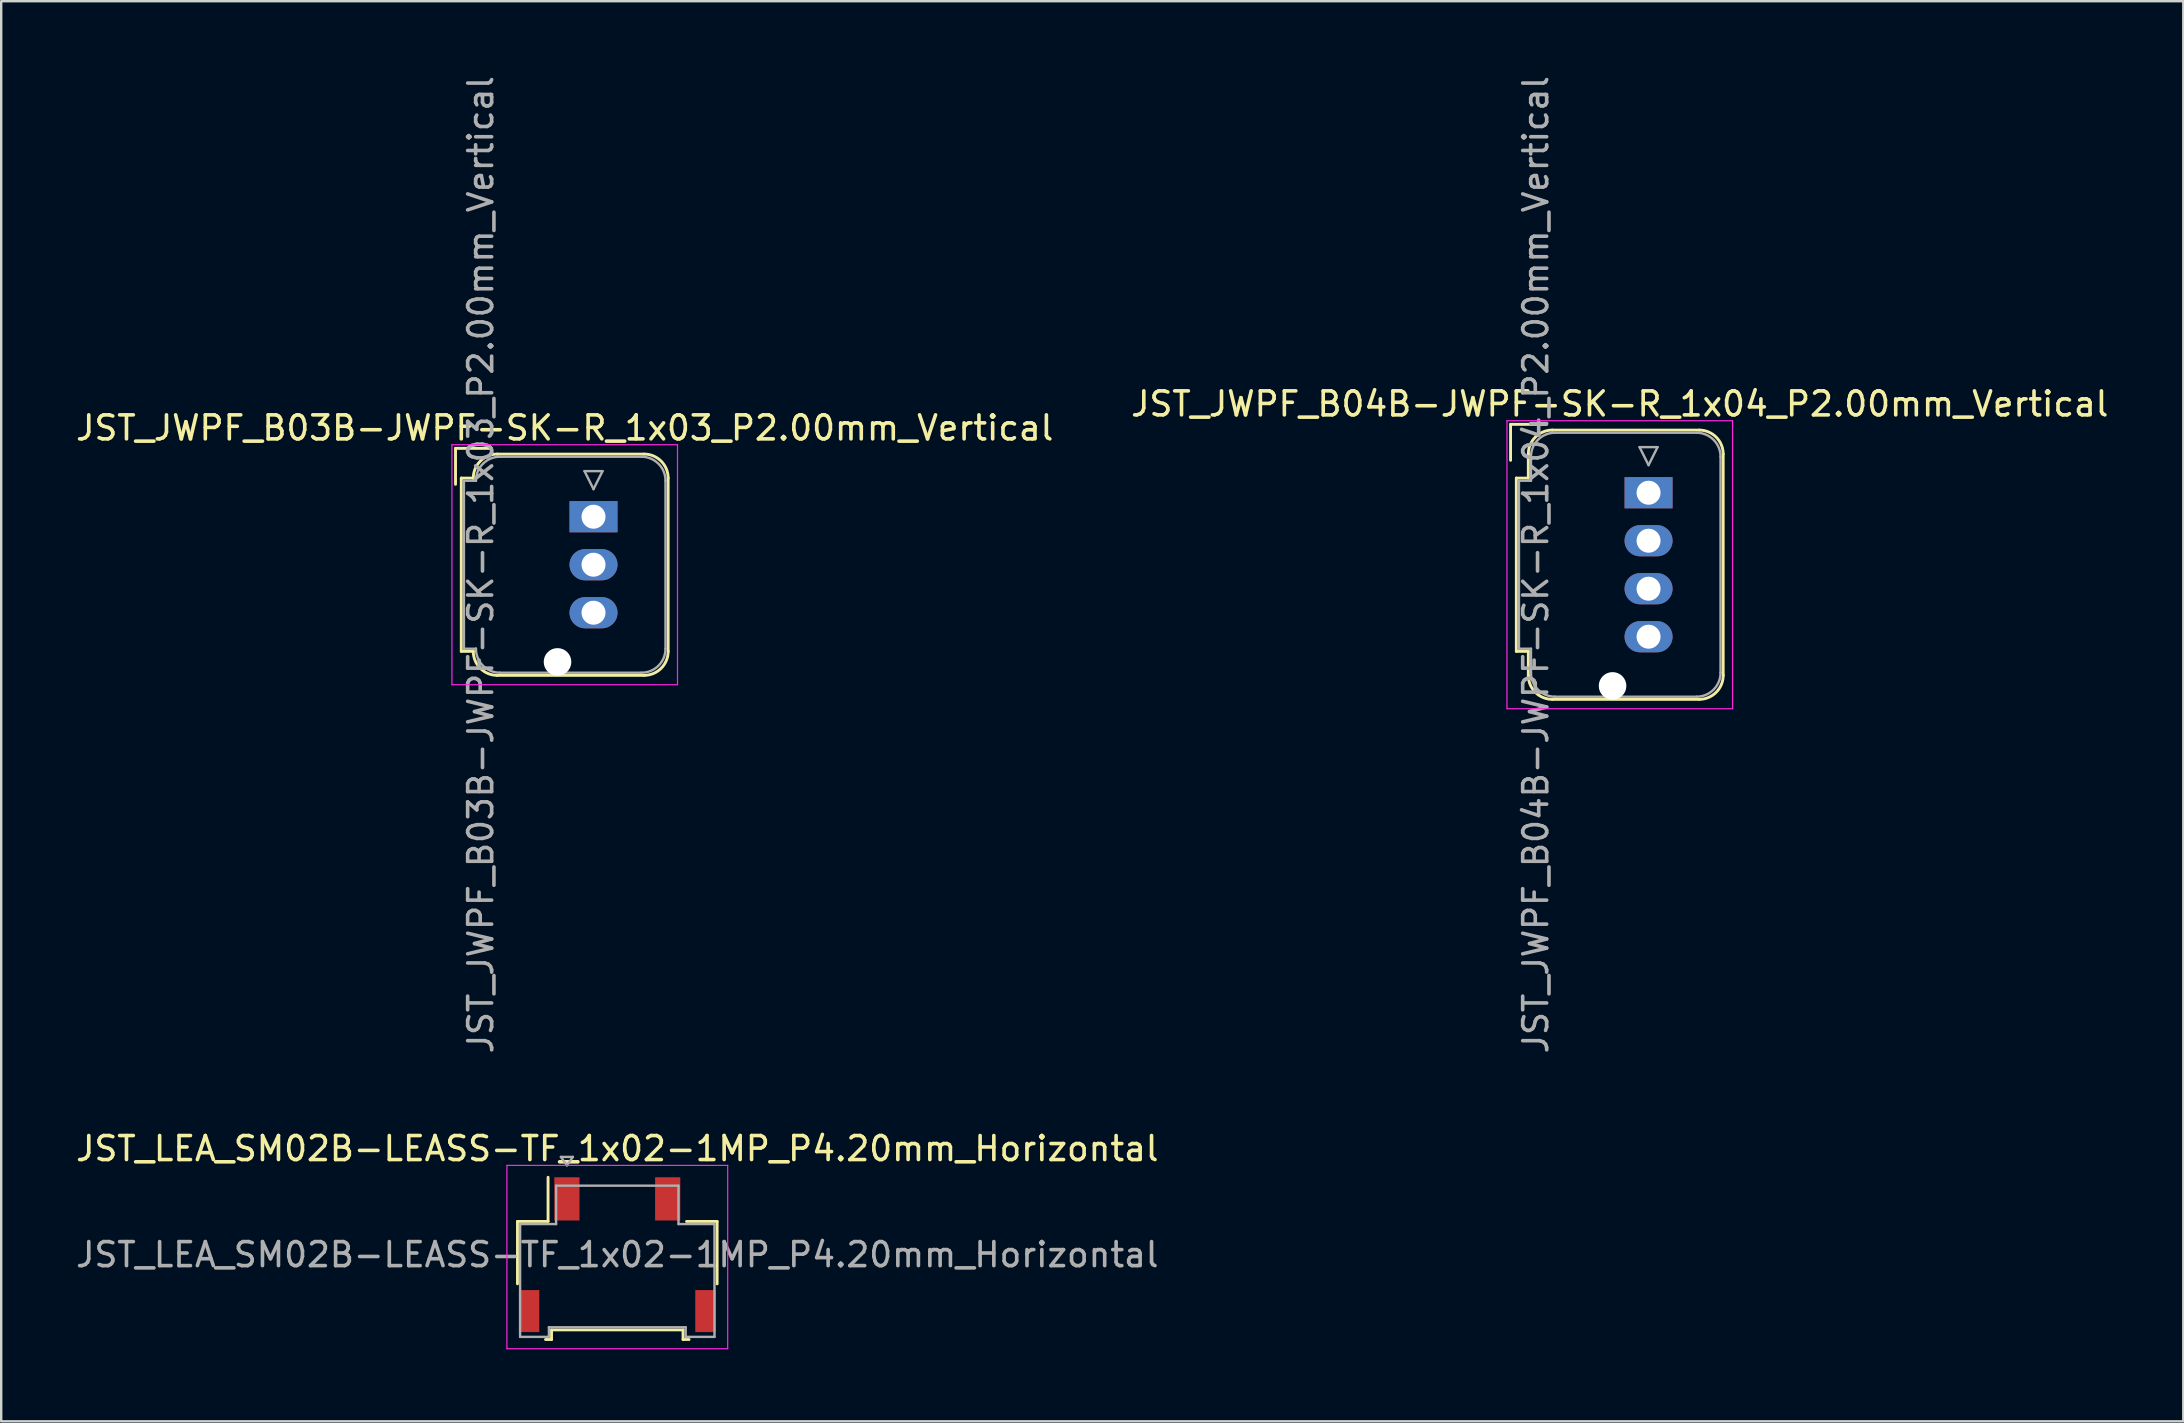
<source format=kicad_pcb>
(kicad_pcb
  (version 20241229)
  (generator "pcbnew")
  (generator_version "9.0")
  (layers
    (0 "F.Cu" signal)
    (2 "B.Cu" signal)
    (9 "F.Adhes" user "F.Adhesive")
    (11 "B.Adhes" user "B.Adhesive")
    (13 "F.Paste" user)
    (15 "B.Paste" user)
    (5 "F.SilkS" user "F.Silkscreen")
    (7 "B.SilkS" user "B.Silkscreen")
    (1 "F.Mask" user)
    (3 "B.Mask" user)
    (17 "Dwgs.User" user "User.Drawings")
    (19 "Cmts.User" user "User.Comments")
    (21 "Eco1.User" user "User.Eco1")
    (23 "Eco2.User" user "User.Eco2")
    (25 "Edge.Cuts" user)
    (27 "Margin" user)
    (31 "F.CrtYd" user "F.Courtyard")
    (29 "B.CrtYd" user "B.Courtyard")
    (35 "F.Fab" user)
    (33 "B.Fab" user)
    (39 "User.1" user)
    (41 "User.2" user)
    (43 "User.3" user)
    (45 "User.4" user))
  (footprint "JST_LEA_SM02B-LEASS-TF_1x02-1MP_P4.20mm_Horizontal"
    (layer "F.Cu")
    (at 22.673 49.233)
    (property "Reference" "JST_LEA_SM02B-LEASS-TF_1x02-1MP_P4.20mm_Horizontal" (at 0 -4.42 0) (layer "F.SilkS") (effects (font (size 1 1) (thickness 0.15))))
    (attr smd)
    (fp_line (start -4.16 -1.385) (end -2.885 -1.385) (stroke (width 0.12) (type solid)) (layer "F.SilkS"))
    (fp_line (start -4.16 1.215) (end -4.16 -1.385) (stroke (width 0.12) (type solid)) (layer "F.SilkS"))
    (fp_line (start -2.99 3.535) (end -2.74 3.535) (stroke (width 0.12) (type solid)) (layer "F.SilkS"))
    (fp_line (start -2.885 -1.385) (end -2.885 -3.225) (stroke (width 0.12) (type solid)) (layer "F.SilkS"))
    (fp_line (start -2.74 3.135) (end 2.74 3.135) (stroke (width 0.12) (type solid)) (layer "F.SilkS"))
    (fp_line (start -2.74 3.535) (end -2.74 3.135) (stroke (width 0.12) (type solid)) (layer "F.SilkS"))
    (fp_line (start 2.74 3.135) (end 2.74 3.535) (stroke (width 0.12) (type solid)) (layer "F.SilkS"))
    (fp_line (start 2.74 3.535) (end 2.99 3.535) (stroke (width 0.12) (type solid)) (layer "F.SilkS"))
    (fp_line (start 4.16 -1.385) (end 2.885 -1.385) (stroke (width 0.12) (type solid)) (layer "F.SilkS"))
    (fp_line (start 4.16 1.215) (end 4.16 -1.385) (stroke (width 0.12) (type solid)) (layer "F.SilkS"))
    (fp_line (start -4.6 -3.72) (end -4.6 3.92) (stroke (width 0.05) (type solid)) (layer "F.CrtYd"))
    (fp_line (start -4.6 3.92) (end 4.6 3.92) (stroke (width 0.05) (type solid)) (layer "F.CrtYd"))
    (fp_line (start 4.6 -3.72) (end -4.6 -3.72) (stroke (width 0.05) (type solid)) (layer "F.CrtYd"))
    (fp_line (start 4.6 3.92) (end 4.6 -3.72) (stroke (width 0.05) (type solid)) (layer "F.CrtYd"))
    (fp_line (start -4.05 -1.275) (end -4.05 3.425) (stroke (width 0.1) (type solid)) (layer "F.Fab"))
    (fp_line (start -4.05 -1.275) (end -2.55 -1.275) (stroke (width 0.1) (type solid)) (layer "F.Fab"))
    (fp_line (start -4.05 3.425) (end -2.85 3.425) (stroke (width 0.1) (type solid)) (layer "F.Fab"))
    (fp_line (start -2.85 3.025) (end 2.85 3.025) (stroke (width 0.1) (type solid)) (layer "F.Fab"))
    (fp_line (start -2.85 3.425) (end -2.85 3.025) (stroke (width 0.1) (type solid)) (layer "F.Fab"))
    (fp_line (start -2.55 -2.875) (end 2.55 -2.875) (stroke (width 0.1) (type solid)) (layer "F.Fab"))
    (fp_line (start -2.55 -1.275) (end -2.55 -2.875) (stroke (width 0.1) (type solid)) (layer "F.Fab"))
    (fp_line (start -2.35 -4.074) (end -2.1 -3.72) (stroke (width 0.1) (type solid)) (layer "F.Fab"))
    (fp_line (start -2.1 -3.72) (end -1.85 -4.074) (stroke (width 0.1) (type solid)) (layer "F.Fab"))
    (fp_line (start -1.85 -4.074) (end -2.35 -4.074) (stroke (width 0.1) (type solid)) (layer "F.Fab"))
    (fp_line (start 2.55 -2.875) (end 2.55 -1.275) (stroke (width 0.1) (type solid)) (layer "F.Fab"))
    (fp_line (start 2.55 -1.275) (end 4.05 -1.275) (stroke (width 0.1) (type solid)) (layer "F.Fab"))
    (fp_line (start 2.85 3.025) (end 2.85 3.425) (stroke (width 0.1) (type solid)) (layer "F.Fab"))
    (fp_line (start 2.85 3.425) (end 4.05 3.425) (stroke (width 0.1) (type solid)) (layer "F.Fab"))
    (fp_line (start 4.05 -1.275) (end 4.05 3.425) (stroke (width 0.1) (type solid)) (layer "F.Fab"))
    (fp_text user "${REFERENCE}" (at 0 0 0) (layer "F.Fab") (effects (font (size 1 1) (thickness 0.15))))
    (pad "1" smd rect (at -2.1 -2.325) (size 1.05 1.8) (layers "F.Cu" "F.Mask" "F.Paste"))
    (pad "2" smd rect (at 2.1 -2.325) (size 1.05 1.8) (layers "F.Cu" "F.Mask" "F.Paste"))
    (pad "MP" smd rect (at -3.675 2.35) (size 0.85 1.75) (layers "F.Cu" "F.Mask" "F.Paste"))
    (pad "MP" smd rect (at 3.675 2.35) (size 0.85 1.75) (layers "F.Cu" "F.Mask" "F.Paste")))
  (footprint "JST_JWPF_B03B-JWPF-SK-R_1x03_P2.00mm_Vertical"
    (layer "F.Cu")
    (at 21.682 18.482)
    (property "Reference" "JST_JWPF_B03B-JWPF-SK-R_1x03_P2.00mm_Vertical" (at -1.2 -3.7 0) (layer "F.SilkS") (effects (font (size 1 1) (thickness 0.15))))
    (attr through_hole)
    (fp_line (start -5.75 -2.85) (end -4.25 -2.85) (stroke (width 0.12) (type solid)) (layer "F.SilkS"))
    (fp_line (start -5.75 -1.35) (end -5.75 -2.85) (stroke (width 0.12) (type solid)) (layer "F.SilkS"))
    (fp_line (start -5.51 -1.61) (end -5.51 5.61) (stroke (width 0.12) (type solid)) (layer "F.SilkS"))
    (fp_line (start -5.51 5.61) (end -5.01 5.61) (stroke (width 0.12) (type solid)) (layer "F.SilkS"))
    (fp_line (start -5.01 -1.61) (end -5.51 -1.61) (stroke (width 0.12) (type solid)) (layer "F.SilkS"))
    (fp_line (start -5.01 -1.61) (end -5.01 -1.61) (stroke (width 0.12) (type solid)) (layer "F.SilkS"))
    (fp_line (start -5.01 5.61) (end -5.01 5.61) (stroke (width 0.12) (type solid)) (layer "F.SilkS"))
    (fp_line (start -4.01 -2.61) (end 2.11 -2.61) (stroke (width 0.12) (type solid)) (layer "F.SilkS"))
    (fp_line (start -4.01 6.61) (end 2.11 6.61) (stroke (width 0.12) (type solid)) (layer "F.SilkS"))
    (fp_line (start 3.11 -1.61) (end 3.11 5.61) (stroke (width 0.12) (type solid)) (layer "F.SilkS"))
    (fp_arc (start -5.01 -1.61) (mid -4.717107 -2.317107) (end -4.01 -2.61) (stroke (width 0.12) (type solid)) (layer "F.SilkS"))
    (fp_arc (start -4.01 6.61) (mid -4.717107 6.317107) (end -5.01 5.61) (stroke (width 0.12) (type solid)) (layer "F.SilkS"))
    (fp_arc (start 2.11 -2.61) (mid 2.817107 -2.317107) (end 3.11 -1.61) (stroke (width 0.12) (type solid)) (layer "F.SilkS"))
    (fp_arc (start 3.11 5.61) (mid 2.817107 6.317107) (end 2.11 6.61) (stroke (width 0.12) (type solid)) (layer "F.SilkS"))
    (fp_line (start -5.9 -3) (end -5.9 7) (stroke (width 0.05) (type solid)) (layer "F.CrtYd"))
    (fp_line (start -5.9 7) (end 3.5 7) (stroke (width 0.05) (type solid)) (layer "F.CrtYd"))
    (fp_line (start 3.5 -3) (end -5.9 -3) (stroke (width 0.05) (type solid)) (layer "F.CrtYd"))
    (fp_line (start 3.5 7) (end 3.5 -3) (stroke (width 0.05) (type solid)) (layer "F.CrtYd"))
    (fp_line (start -5.4 -1.5) (end -5.4 5.5) (stroke (width 0.1) (type solid)) (layer "F.Fab"))
    (fp_line (start -5.4 5.5) (end -4.9 5.5) (stroke (width 0.1) (type solid)) (layer "F.Fab"))
    (fp_line (start -4.9 -1.5) (end -5.4 -1.5) (stroke (width 0.1) (type solid)) (layer "F.Fab"))
    (fp_line (start -4.9 -1.5) (end -4.9 -1.5) (stroke (width 0.1) (type solid)) (layer "F.Fab"))
    (fp_line (start -4.9 5.5) (end -4.9 5.5) (stroke (width 0.1) (type solid)) (layer "F.Fab"))
    (fp_line (start -3.9 -2.5) (end 2 -2.5) (stroke (width 0.1) (type solid)) (layer "F.Fab"))
    (fp_line (start -3.9 6.5) (end 2 6.5) (stroke (width 0.1) (type solid)) (layer "F.Fab"))
    (fp_line (start -0.375 -1.9) (end 0.375 -1.9) (stroke (width 0.1) (type solid)) (layer "F.Fab"))
    (fp_line (start 0 -1.15) (end -0.375 -1.9) (stroke (width 0.1) (type solid)) (layer "F.Fab"))
    (fp_line (start 0.375 -1.9) (end 0 -1.15) (stroke (width 0.1) (type solid)) (layer "F.Fab"))
    (fp_line (start 3 -1.5) (end 3 5.5) (stroke (width 0.1) (type solid)) (layer "F.Fab"))
    (fp_arc (start -4.9 -1.5) (mid -4.607107 -2.207107) (end -3.9 -2.5) (stroke (width 0.1) (type solid)) (layer "F.Fab"))
    (fp_arc (start -3.9 6.5) (mid -4.607107 6.207107) (end -4.9 5.5) (stroke (width 0.1) (type solid)) (layer "F.Fab"))
    (fp_arc (start 2 -2.5) (mid 2.707107 -2.207107) (end 3 -1.5) (stroke (width 0.1) (type solid)) (layer "F.Fab"))
    (fp_arc (start 3 5.5) (mid 2.707107 6.207107) (end 2 6.5) (stroke (width 0.1) (type solid)) (layer "F.Fab"))
    (fp_text user "${REFERENCE}" (at -4.7 2 90) (layer "F.Fab") (effects (font (size 1 1) (thickness 0.15))))
    (pad "" np_thru_hole circle (at -1.5 6.05) (size 1.15 1.15) (drill 1.15) (layers "*.Cu" "*.Mask"))
    (pad "1" thru_hole rect (at 0 0) (size 2 1.3) (drill 1) (layers "*.Cu" "*.Mask"))
    (pad "2" thru_hole oval (at 0 2) (size 2 1.3) (drill 1) (layers "*.Cu" "*.Mask"))
    (pad "3" thru_hole oval (at 0 4) (size 2 1.3) (drill 1) (layers "*.Cu" "*.Mask")))
  (footprint "JST_JWPF_B04B-JWPF-SK-R_1x04_P2.00mm_Vertical"
    (layer "F.Cu")
    (at 65.646 17.482)
    (property "Reference" "JST_JWPF_B04B-JWPF-SK-R_1x04_P2.00mm_Vertical" (at -1.2 -3.7 0) (layer "F.SilkS") (effects (font (size 1 1) (thickness 0.15))))
    (attr through_hole)
    (fp_line (start -5.75 -2.85) (end -4.25 -2.85) (stroke (width 0.12) (type solid)) (layer "F.SilkS"))
    (fp_line (start -5.75 -1.35) (end -5.75 -2.85) (stroke (width 0.12) (type solid)) (layer "F.SilkS"))
    (fp_line (start -5.51 -0.61) (end -5.51 6.61) (stroke (width 0.12) (type solid)) (layer "F.SilkS"))
    (fp_line (start -5.51 6.61) (end -5.01 6.61) (stroke (width 0.12) (type solid)) (layer "F.SilkS"))
    (fp_line (start -5.01 -1.61) (end -5.01 -0.61) (stroke (width 0.12) (type solid)) (layer "F.SilkS"))
    (fp_line (start -5.01 -0.61) (end -5.51 -0.61) (stroke (width 0.12) (type solid)) (layer "F.SilkS"))
    (fp_line (start -5.01 6.61) (end -5.01 7.61) (stroke (width 0.12) (type solid)) (layer "F.SilkS"))
    (fp_line (start -4.01 -2.61) (end 2.11 -2.61) (stroke (width 0.12) (type solid)) (layer "F.SilkS"))
    (fp_line (start -4.01 8.61) (end 2.11 8.61) (stroke (width 0.12) (type solid)) (layer "F.SilkS"))
    (fp_line (start 3.11 -1.61) (end 3.11 7.61) (stroke (width 0.12) (type solid)) (layer "F.SilkS"))
    (fp_arc (start -5.01 -1.61) (mid -4.717107 -2.317107) (end -4.01 -2.61) (stroke (width 0.12) (type solid)) (layer "F.SilkS"))
    (fp_arc (start -4.01 8.61) (mid -4.717107 8.317107) (end -5.01 7.61) (stroke (width 0.12) (type solid)) (layer "F.SilkS"))
    (fp_arc (start 2.11 -2.61) (mid 2.817107 -2.317107) (end 3.11 -1.61) (stroke (width 0.12) (type solid)) (layer "F.SilkS"))
    (fp_arc (start 3.11 7.61) (mid 2.817107 8.317107) (end 2.11 8.61) (stroke (width 0.12) (type solid)) (layer "F.SilkS"))
    (fp_line (start -5.9 -3) (end -5.9 9) (stroke (width 0.05) (type solid)) (layer "F.CrtYd"))
    (fp_line (start -5.9 9) (end 3.5 9) (stroke (width 0.05) (type solid)) (layer "F.CrtYd"))
    (fp_line (start 3.5 -3) (end -5.9 -3) (stroke (width 0.05) (type solid)) (layer "F.CrtYd"))
    (fp_line (start 3.5 9) (end 3.5 -3) (stroke (width 0.05) (type solid)) (layer "F.CrtYd"))
    (fp_line (start -5.4 -0.5) (end -5.4 6.5) (stroke (width 0.1) (type solid)) (layer "F.Fab"))
    (fp_line (start -5.4 6.5) (end -4.9 6.5) (stroke (width 0.1) (type solid)) (layer "F.Fab"))
    (fp_line (start -4.9 -1.5) (end -4.9 -0.5) (stroke (width 0.1) (type solid)) (layer "F.Fab"))
    (fp_line (start -4.9 -0.5) (end -5.4 -0.5) (stroke (width 0.1) (type solid)) (layer "F.Fab"))
    (fp_line (start -4.9 6.5) (end -4.9 7.5) (stroke (width 0.1) (type solid)) (layer "F.Fab"))
    (fp_line (start -3.9 -2.5) (end 2 -2.5) (stroke (width 0.1) (type solid)) (layer "F.Fab"))
    (fp_line (start -3.9 8.5) (end 2 8.5) (stroke (width 0.1) (type solid)) (layer "F.Fab"))
    (fp_line (start -0.375 -1.9) (end 0.375 -1.9) (stroke (width 0.1) (type solid)) (layer "F.Fab"))
    (fp_line (start 0 -1.15) (end -0.375 -1.9) (stroke (width 0.1) (type solid)) (layer "F.Fab"))
    (fp_line (start 0.375 -1.9) (end 0 -1.15) (stroke (width 0.1) (type solid)) (layer "F.Fab"))
    (fp_line (start 3 -1.5) (end 3 7.5) (stroke (width 0.1) (type solid)) (layer "F.Fab"))
    (fp_arc (start -4.9 -1.5) (mid -4.607107 -2.207107) (end -3.9 -2.5) (stroke (width 0.1) (type solid)) (layer "F.Fab"))
    (fp_arc (start -3.9 8.5) (mid -4.607107 8.207107) (end -4.9 7.5) (stroke (width 0.1) (type solid)) (layer "F.Fab"))
    (fp_arc (start 2 -2.5) (mid 2.707107 -2.207107) (end 3 -1.5) (stroke (width 0.1) (type solid)) (layer "F.Fab"))
    (fp_arc (start 3 7.5) (mid 2.707107 8.207107) (end 2 8.5) (stroke (width 0.1) (type solid)) (layer "F.Fab"))
    (fp_text user "${REFERENCE}" (at -4.7 3 90) (layer "F.Fab") (effects (font (size 1 1) (thickness 0.15))))
    (pad "" np_thru_hole circle (at -1.5 8.05) (size 1.15 1.15) (drill 1.15) (layers "*.Cu" "*.Mask"))
    (pad "1" thru_hole rect (at 0 0) (size 2 1.3) (drill 1) (layers "*.Cu" "*.Mask"))
    (pad "2" thru_hole oval (at 0 2) (size 2 1.3) (drill 1) (layers "*.Cu" "*.Mask"))
    (pad "3" thru_hole oval (at 0 4) (size 2 1.3) (drill 1) (layers "*.Cu" "*.Mask"))
    (pad "4" thru_hole oval (at 0 6) (size 2 1.3) (drill 1) (layers "*.Cu" "*.Mask")))
  (gr_rect
    (start -3 -3)
    (end 87.929 56.178)
    (stroke (width 0.1) (type default))
    (fill no)
    (layer "Edge.Cuts")))
</source>
